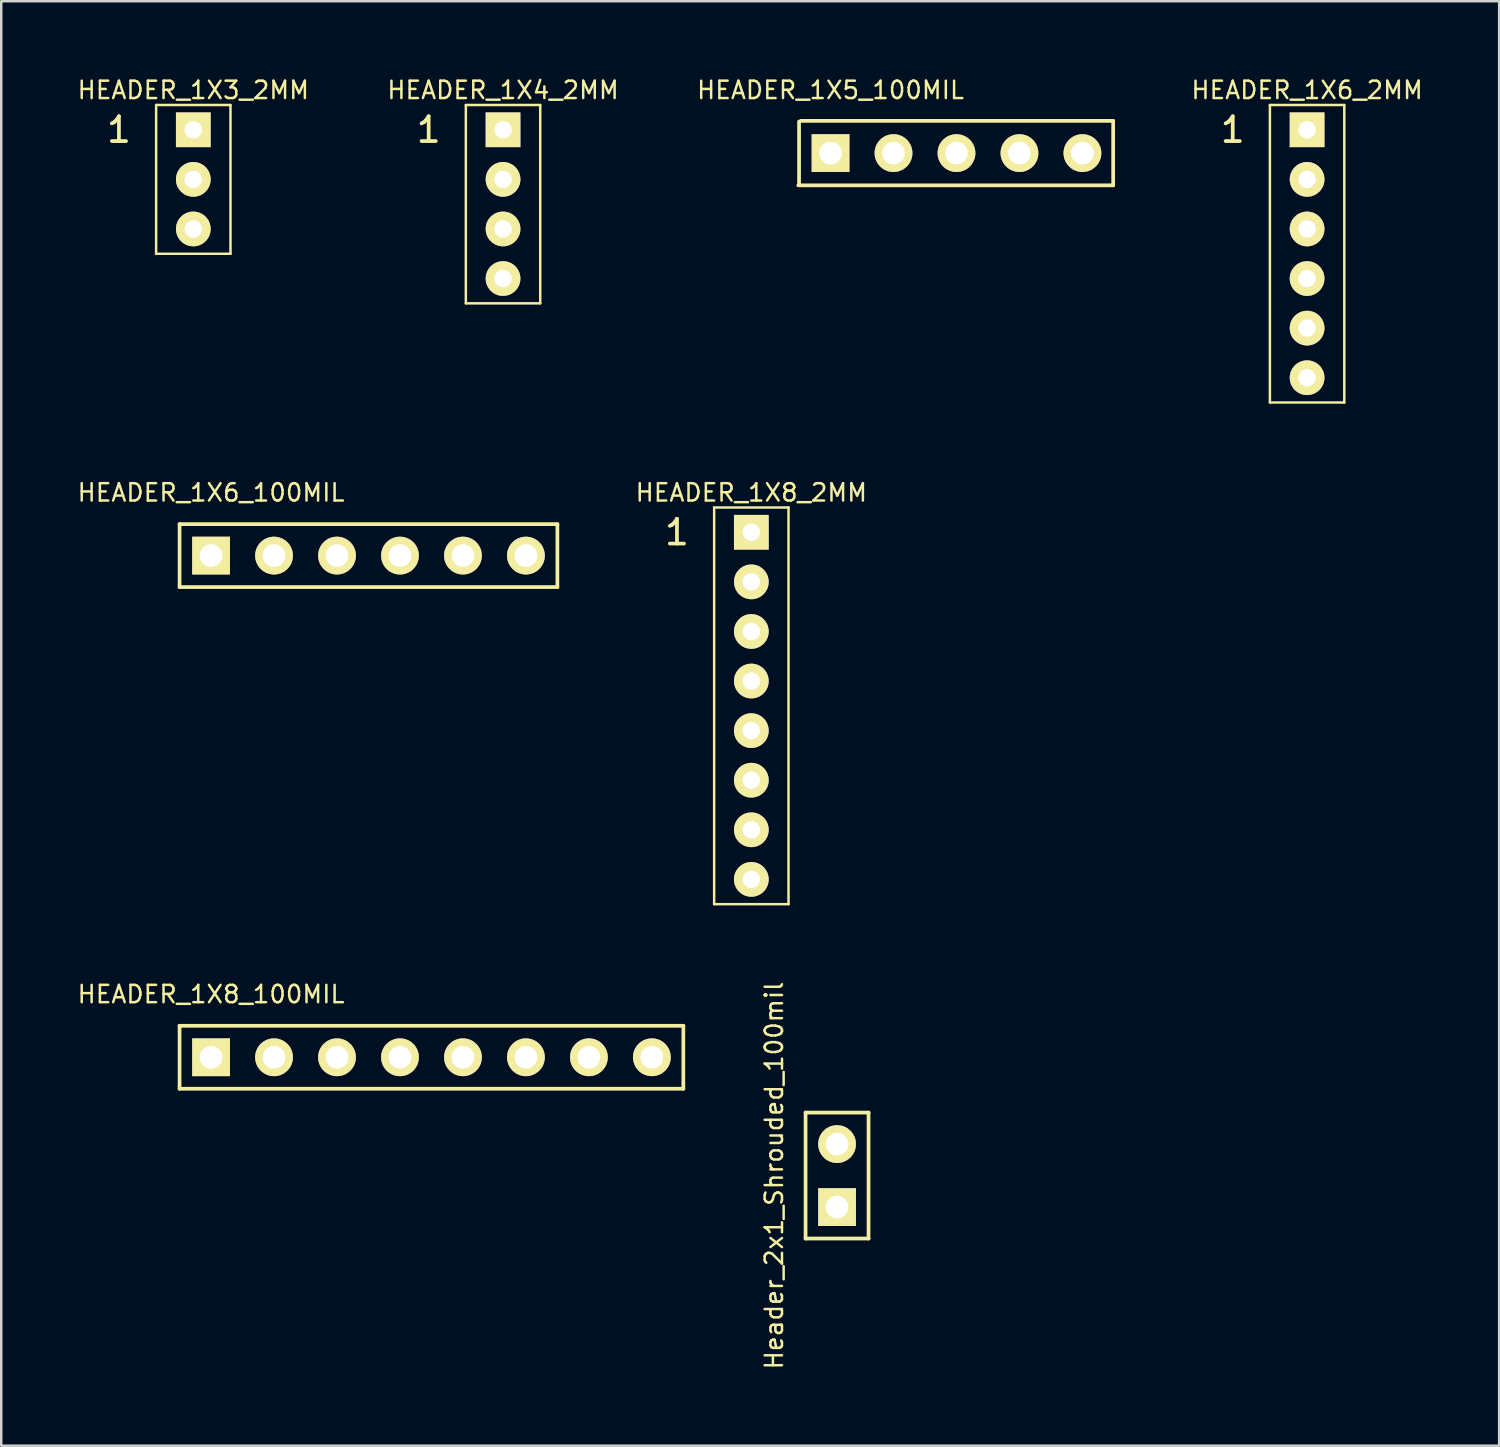
<source format=kicad_pcb>
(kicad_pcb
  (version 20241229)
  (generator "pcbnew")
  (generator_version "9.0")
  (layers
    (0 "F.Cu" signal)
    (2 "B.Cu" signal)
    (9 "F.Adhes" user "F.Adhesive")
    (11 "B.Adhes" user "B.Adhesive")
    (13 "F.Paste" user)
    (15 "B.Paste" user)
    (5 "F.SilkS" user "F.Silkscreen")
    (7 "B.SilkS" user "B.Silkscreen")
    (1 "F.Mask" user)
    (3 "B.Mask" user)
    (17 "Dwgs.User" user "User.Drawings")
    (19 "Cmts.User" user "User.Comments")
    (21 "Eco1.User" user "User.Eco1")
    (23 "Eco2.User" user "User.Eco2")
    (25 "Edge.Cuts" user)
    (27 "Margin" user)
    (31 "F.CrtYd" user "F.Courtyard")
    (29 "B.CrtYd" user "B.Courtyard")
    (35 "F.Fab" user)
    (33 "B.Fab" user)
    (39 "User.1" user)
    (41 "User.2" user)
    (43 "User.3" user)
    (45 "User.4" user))
  (footprint "HEADER_1X6_2MM"
    (layer "F.Cu")
    (at 49.672 2.185)
    (property "Reference" "HEADER_1X6_2MM" (at 0 -1.6 0) (layer "F.SilkS") (effects (font (size 0.7 0.7) (thickness 0.1))))
    (attr through_hole)
    (fp_line (start -1.5 11) (end -1.5 -1) (stroke (width 0.1) (type solid)) (layer "F.SilkS"))
    (fp_line (start -1.5 11) (end 1.5 11) (stroke (width 0.1) (type solid)) (layer "F.SilkS"))
    (fp_line (start 1.5 -1) (end -1.5 -1) (stroke (width 0.1) (type solid)) (layer "F.SilkS"))
    (fp_line (start 1.5 -1) (end 1.5 11) (stroke (width 0.1) (type solid)) (layer "F.SilkS"))
    (fp_text user "1" (at -3 0 0) (layer "F.SilkS") (effects (font (size 1 1) (thickness 0.15))))
    (pad "1" thru_hole rect (at 0 0) (size 1.4 1.4) (drill 0.7) (layers "*.Cu" "*.Mask" "F.SilkS"))
    (pad "2" thru_hole circle (at 0 2) (size 1.4 1.4) (drill 0.7) (layers "*.Cu" "*.Mask" "F.SilkS"))
    (pad "3" thru_hole circle (at 0 4) (size 1.4 1.4) (drill 0.7) (layers "*.Cu" "*.Mask" "F.SilkS"))
    (pad "4" thru_hole circle (at 0 6) (size 1.4 1.4) (drill 0.7) (layers "*.Cu" "*.Mask" "F.SilkS"))
    (pad "5" thru_hole circle (at 0 8) (size 1.4 1.4) (drill 0.7) (layers "*.Cu" "*.Mask" "F.SilkS"))
    (pad "6" thru_hole circle (at 0 10) (size 1.4 1.4) (drill 0.7) (layers "*.Cu" "*.Mask" "F.SilkS")))
  (footprint "Header_2x1_Shrouded_100mil"
    (layer "F.Cu")
    (at 30.713 45.637)
    (property "Reference" "Header_2x1_Shrouded_100mil" (at -2.54 -1.27 90) (layer "F.SilkS") (effects (font (size 0.7 0.7) (thickness 0.1))))
    (attr through_hole)
    (fp_line (start -1.27 -3.81) (end 1.27 -3.81) (stroke (width 0.15) (type solid)) (layer "F.SilkS"))
    (fp_line (start -1.27 1.27) (end -1.27 -3.81) (stroke (width 0.15) (type solid)) (layer "F.SilkS"))
    (fp_line (start 1.27 -3.81) (end 1.27 1.27) (stroke (width 0.15) (type solid)) (layer "F.SilkS"))
    (fp_line (start 1.27 1.27) (end -1.27 1.27) (stroke (width 0.15) (type solid)) (layer "F.SilkS"))
    (pad "1" thru_hole rect (at 0 0) (size 1.524 1.524) (drill 0.914) (layers "*.Cu" "*.Mask" "F.SilkS"))
    (pad "2" thru_hole circle (at 0 -2.54) (size 1.524 1.524) (drill 0.914) (layers "*.Cu" "*.Mask" "F.SilkS")))
  (footprint "HEADER_1X8_2MM"
    (layer "F.Cu")
    (at 27.255 18.42)
    (property "Reference" "HEADER_1X8_2MM" (at 0 -1.6 0) (layer "F.SilkS") (effects (font (size 0.7 0.7) (thickness 0.1))))
    (attr through_hole)
    (fp_line (start -1.5 15) (end -1.5 -1) (stroke (width 0.1) (type solid)) (layer "F.SilkS"))
    (fp_line (start -1.5 15) (end 1.5 15) (stroke (width 0.1) (type solid)) (layer "F.SilkS"))
    (fp_line (start 1.5 -1) (end -1.5 -1) (stroke (width 0.1) (type solid)) (layer "F.SilkS"))
    (fp_line (start 1.5 -1) (end 1.5 15) (stroke (width 0.1) (type solid)) (layer "F.SilkS"))
    (fp_text user "1" (at -3 0 0) (layer "F.SilkS") (effects (font (size 1 1) (thickness 0.15))))
    (pad "1" thru_hole rect (at 0 0) (size 1.4 1.4) (drill 0.7) (layers "*.Cu" "*.Mask" "F.SilkS"))
    (pad "2" thru_hole circle (at 0 2) (size 1.4 1.4) (drill 0.7) (layers "*.Cu" "*.Mask" "F.SilkS"))
    (pad "3" thru_hole circle (at 0 4) (size 1.4 1.4) (drill 0.7) (layers "*.Cu" "*.Mask" "F.SilkS"))
    (pad "4" thru_hole circle (at 0 6) (size 1.4 1.4) (drill 0.7) (layers "*.Cu" "*.Mask" "F.SilkS"))
    (pad "5" thru_hole circle (at 0 8) (size 1.4 1.4) (drill 0.7) (layers "*.Cu" "*.Mask" "F.SilkS"))
    (pad "6" thru_hole circle (at 0 10) (size 1.4 1.4) (drill 0.7) (layers "*.Cu" "*.Mask" "F.SilkS"))
    (pad "7" thru_hole circle (at 0 12) (size 1.4 1.4) (drill 0.7) (layers "*.Cu" "*.Mask" "F.SilkS"))
    (pad "8" thru_hole circle (at 0 14) (size 1.4 1.4) (drill 0.7) (layers "*.Cu" "*.Mask" "F.SilkS")))
  (footprint "HEADER_1X5_100MIL"
    (layer "F.Cu")
    (at 30.45 3.125)
    (property "Reference" "HEADER_1X5_100MIL" (at 0 -2.54 0) (layer "F.SilkS") (effects (font (size 0.7 0.7) (thickness 0.1))))
    (attr through_hole)
    (fp_line (start -1.27 1.27) (end -1.27 -1.27) (stroke (width 0.15) (type solid)) (layer "F.SilkS"))
    (fp_line (start -1.2 -1.3) (end 11.4 -1.3) (stroke (width 0.15) (type solid)) (layer "F.SilkS"))
    (fp_line (start 11.4 -1.3) (end 11.4 1.3) (stroke (width 0.15) (type solid)) (layer "F.SilkS"))
    (fp_line (start 11.4 1.3) (end -1.3 1.3) (stroke (width 0.15) (type solid)) (layer "F.SilkS"))
    (pad "1" thru_hole rect (at 0 0) (size 1.524 1.524) (drill 0.914) (layers "*.Cu" "*.Mask" "F.SilkS"))
    (pad "2" thru_hole circle (at 2.54 0) (size 1.524 1.524) (drill 0.914) (layers "*.Cu" "*.Mask" "F.SilkS"))
    (pad "3" thru_hole circle (at 5.08 0) (size 1.524 1.524) (drill 0.914) (layers "*.Cu" "*.Mask" "F.SilkS"))
    (pad "4" thru_hole circle (at 7.62 0) (size 1.524 1.524) (drill 0.914) (layers "*.Cu" "*.Mask" "F.SilkS"))
    (pad "5" thru_hole circle (at 10.16 0) (size 1.524 1.524) (drill 0.914) (layers "*.Cu" "*.Mask" "F.SilkS")))
  (footprint "HEADER_1X4_2MM"
    (layer "F.Cu")
    (at 17.24 2.185)
    (property "Reference" "HEADER_1X4_2MM" (at 0 -1.6 0) (layer "F.SilkS") (effects (font (size 0.7 0.7) (thickness 0.1))))
    (attr through_hole)
    (fp_line (start -1.5 7) (end -1.5 -1) (stroke (width 0.1) (type solid)) (layer "F.SilkS"))
    (fp_line (start -1.5 7) (end 1.5 7) (stroke (width 0.1) (type solid)) (layer "F.SilkS"))
    (fp_line (start 1.5 -1) (end -1.5 -1) (stroke (width 0.1) (type solid)) (layer "F.SilkS"))
    (fp_line (start 1.5 -1) (end 1.5 7) (stroke (width 0.1) (type solid)) (layer "F.SilkS"))
    (fp_text user "1" (at -3 0 0) (layer "F.SilkS") (effects (font (size 1 1) (thickness 0.15))))
    (pad "1" thru_hole rect (at 0 0) (size 1.4 1.4) (drill 0.7) (layers "*.Cu" "*.Mask" "F.SilkS"))
    (pad "2" thru_hole circle (at 0 2) (size 1.4 1.4) (drill 0.7) (layers "*.Cu" "*.Mask" "F.SilkS"))
    (pad "3" thru_hole circle (at 0 4) (size 1.4 1.4) (drill 0.7) (layers "*.Cu" "*.Mask" "F.SilkS"))
    (pad "4" thru_hole circle (at 0 6) (size 1.4 1.4) (drill 0.7) (layers "*.Cu" "*.Mask" "F.SilkS")))
  (footprint "HEADER_1X3_2MM"
    (layer "F.Cu")
    (at 4.747 2.185)
    (property "Reference" "HEADER_1X3_2MM" (at 0 -1.6 0) (layer "F.SilkS") (effects (font (size 0.7 0.7) (thickness 0.1))))
    (attr through_hole)
    (fp_line (start -1.5 5) (end -1.5 -1) (stroke (width 0.1) (type solid)) (layer "F.SilkS"))
    (fp_line (start -1.5 5) (end 1.5 5) (stroke (width 0.1) (type solid)) (layer "F.SilkS"))
    (fp_line (start 1.5 -1) (end -1.5 -1) (stroke (width 0.1) (type solid)) (layer "F.SilkS"))
    (fp_line (start 1.5 -1) (end 1.5 5) (stroke (width 0.1) (type solid)) (layer "F.SilkS"))
    (fp_text user "1" (at -3 0 0) (layer "F.SilkS") (effects (font (size 1 1) (thickness 0.15))))
    (pad "1" thru_hole rect (at 0 0) (size 1.4 1.4) (drill 0.7) (layers "*.Cu" "*.Mask" "F.SilkS"))
    (pad "2" thru_hole circle (at 0 2) (size 1.4 1.4) (drill 0.7) (layers "*.Cu" "*.Mask" "F.SilkS"))
    (pad "3" thru_hole circle (at 0 4) (size 1.4 1.4) (drill 0.7) (layers "*.Cu" "*.Mask" "F.SilkS")))
  (footprint "HEADER_1X6_100MIL"
    (layer "F.Cu")
    (at 5.463 19.36)
    (property "Reference" "HEADER_1X6_100MIL" (at 0 -2.54 0) (layer "F.SilkS") (effects (font (size 0.7 0.7) (thickness 0.1))))
    (attr through_hole)
    (fp_line (start -1.27 1.27) (end -1.27 -1.27) (stroke (width 0.15) (type solid)) (layer "F.SilkS"))
    (fp_line (start -1.27 1.27) (end 13.97 1.27) (stroke (width 0.15) (type solid)) (layer "F.SilkS"))
    (fp_line (start 13.97 -1.27) (end -1.27 -1.27) (stroke (width 0.15) (type solid)) (layer "F.SilkS"))
    (fp_line (start 13.97 -1.27) (end 13.97 1.27) (stroke (width 0.15) (type solid)) (layer "F.SilkS"))
    (pad "1" thru_hole rect (at 0 0) (size 1.524 1.524) (drill 0.914) (layers "*.Cu" "*.Mask" "F.SilkS"))
    (pad "2" thru_hole circle (at 2.54 0) (size 1.524 1.524) (drill 0.914) (layers "*.Cu" "*.Mask" "F.SilkS"))
    (pad "3" thru_hole circle (at 5.08 0) (size 1.524 1.524) (drill 0.914) (layers "*.Cu" "*.Mask" "F.SilkS"))
    (pad "4" thru_hole circle (at 7.62 0) (size 1.524 1.524) (drill 0.914) (layers "*.Cu" "*.Mask" "F.SilkS"))
    (pad "5" thru_hole circle (at 10.16 0) (size 1.524 1.524) (drill 0.914) (layers "*.Cu" "*.Mask" "F.SilkS"))
    (pad "6" thru_hole circle (at 12.7 0) (size 1.524 1.524) (drill 0.914) (layers "*.Cu" "*.Mask" "F.SilkS")))
  (footprint "HEADER_1X8_100MIL"
    (layer "F.Cu")
    (at 5.463 39.595)
    (property "Reference" "HEADER_1X8_100MIL" (at 0 -2.54 0) (layer "F.SilkS") (effects (font (size 0.7 0.7) (thickness 0.1))))
    (attr through_hole)
    (fp_line (start -1.27 1.27) (end -1.27 -1.27) (stroke (width 0.15) (type solid)) (layer "F.SilkS"))
    (fp_line (start -1.27 1.27) (end 19.05 1.27) (stroke (width 0.15) (type solid)) (layer "F.SilkS"))
    (fp_line (start 19.05 -1.27) (end -1.27 -1.27) (stroke (width 0.15) (type solid)) (layer "F.SilkS"))
    (fp_line (start 19.05 -1.27) (end 19.05 1.27) (stroke (width 0.15) (type solid)) (layer "F.SilkS"))
    (pad "1" thru_hole rect (at 0 0) (size 1.524 1.524) (drill 0.914) (layers "*.Cu" "*.Mask" "F.SilkS"))
    (pad "2" thru_hole circle (at 2.54 0) (size 1.524 1.524) (drill 0.914) (layers "*.Cu" "*.Mask" "F.SilkS"))
    (pad "3" thru_hole circle (at 5.08 0) (size 1.524 1.524) (drill 0.914) (layers "*.Cu" "*.Mask" "F.SilkS"))
    (pad "4" thru_hole circle (at 7.62 0) (size 1.524 1.524) (drill 0.914) (layers "*.Cu" "*.Mask" "F.SilkS"))
    (pad "5" thru_hole circle (at 10.16 0) (size 1.524 1.524) (drill 0.914) (layers "*.Cu" "*.Mask" "F.SilkS"))
    (pad "6" thru_hole circle (at 12.7 0) (size 1.524 1.524) (drill 0.914) (layers "*.Cu" "*.Mask" "F.SilkS"))
    (pad "7" thru_hole circle (at 15.24 0) (size 1.524 1.524) (drill 0.914) (layers "*.Cu" "*.Mask" "F.SilkS"))
    (pad "8" thru_hole circle (at 17.78 0) (size 1.524 1.524) (drill 0.914) (layers "*.Cu" "*.Mask" "F.SilkS")))
  (gr_rect
    (start -3 -3)
    (end 57.418 55.263)
    (stroke (width 0.1) (type default))
    (fill no)
    (layer "Edge.Cuts")))
</source>
